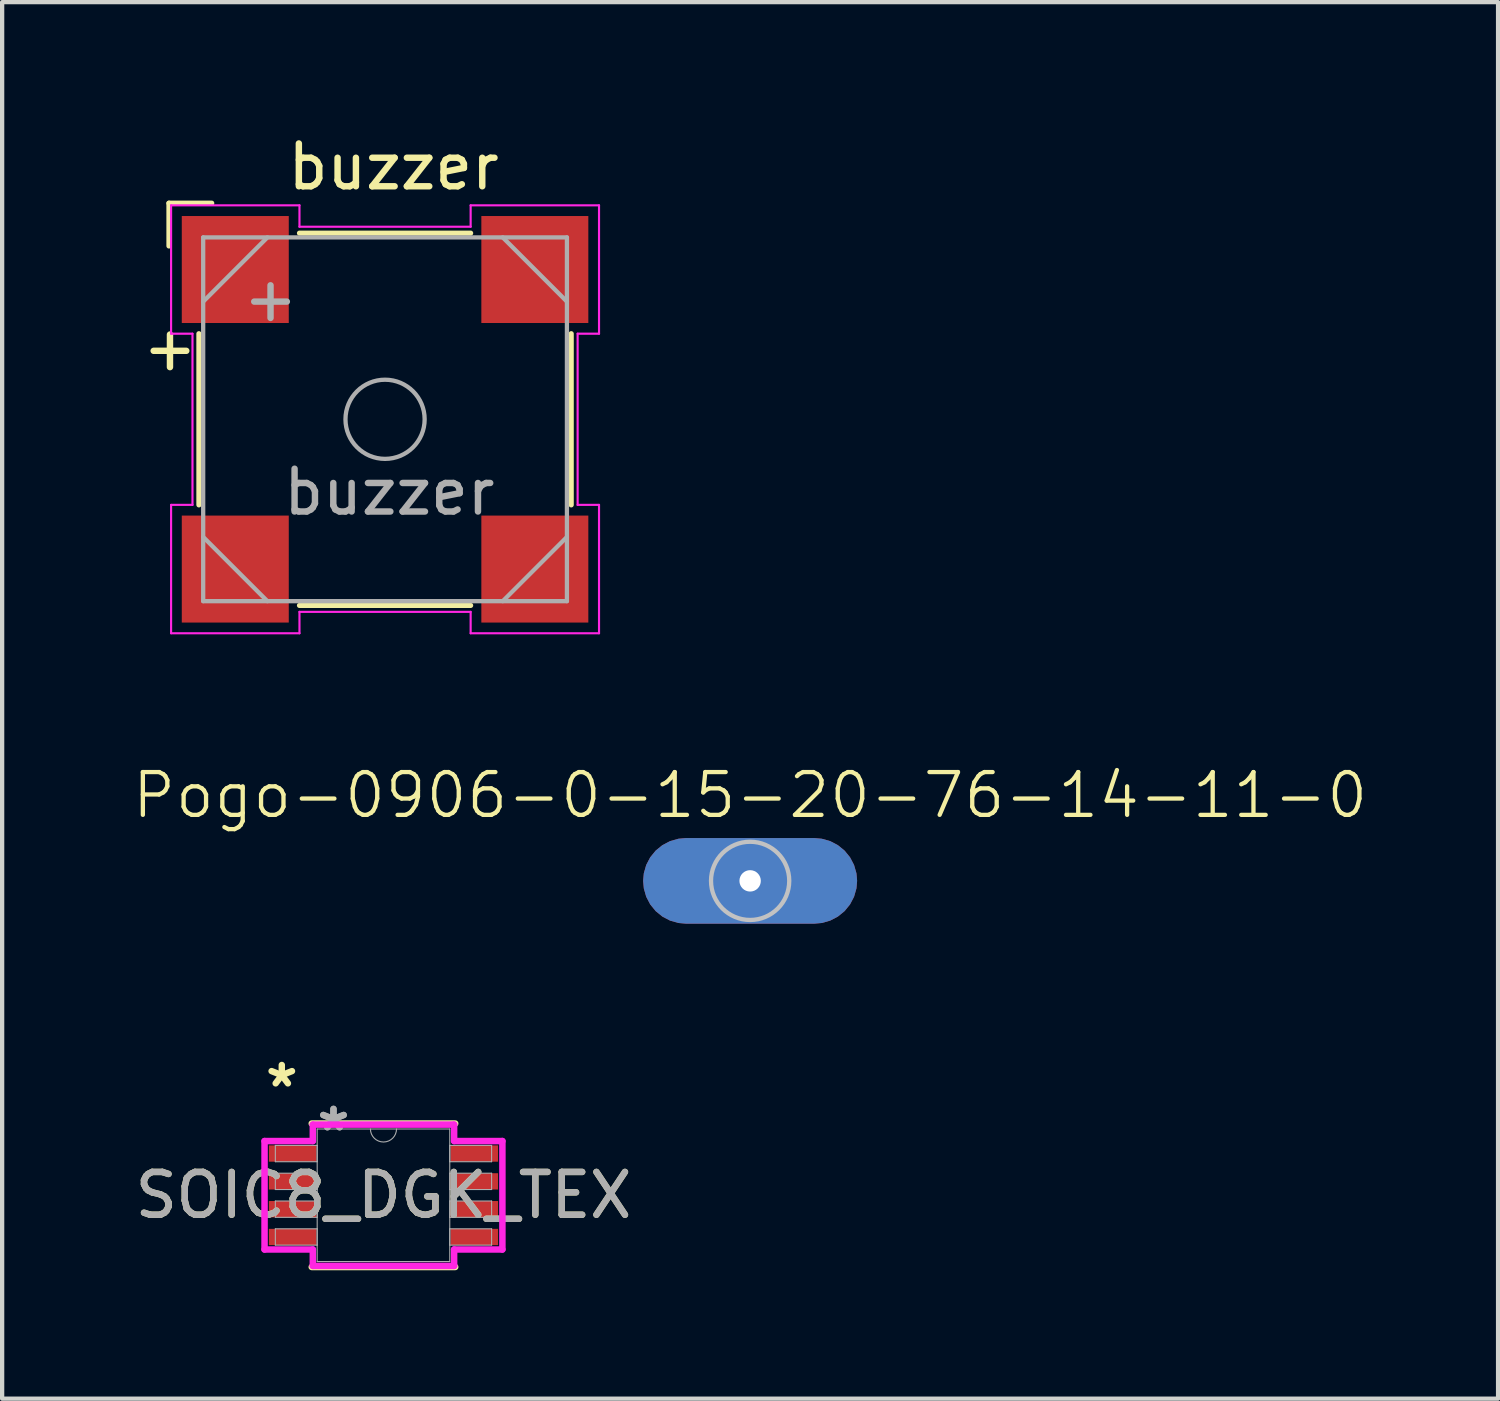
<source format=kicad_pcb>
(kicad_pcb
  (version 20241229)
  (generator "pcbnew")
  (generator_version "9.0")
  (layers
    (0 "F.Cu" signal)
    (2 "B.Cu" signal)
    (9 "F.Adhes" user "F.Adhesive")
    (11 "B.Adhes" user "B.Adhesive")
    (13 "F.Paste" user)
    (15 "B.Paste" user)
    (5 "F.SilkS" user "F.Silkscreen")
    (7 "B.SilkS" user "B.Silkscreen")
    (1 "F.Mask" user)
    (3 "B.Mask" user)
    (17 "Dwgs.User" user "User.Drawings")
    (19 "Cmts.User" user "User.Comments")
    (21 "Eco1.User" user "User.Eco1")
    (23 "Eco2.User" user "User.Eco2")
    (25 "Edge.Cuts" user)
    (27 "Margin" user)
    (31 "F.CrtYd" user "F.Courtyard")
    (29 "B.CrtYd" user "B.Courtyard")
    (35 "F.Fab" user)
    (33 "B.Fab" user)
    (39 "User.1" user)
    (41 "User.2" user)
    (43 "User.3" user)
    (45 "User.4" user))
  (footprint "buzzer"
    (layer "F.Cu")
    (at 5.948 6.748)
    (property "Reference" "buzzer" (at 0.2 -5.9 0) (layer "F.SilkS") (effects (font (size 1 1) (thickness 0.15))))
    (attr smd)
    (fp_line (start -5.05 -5.05) (end -4.05 -5.05) (stroke (width 0.12) (type solid)) (layer "F.SilkS"))
    (fp_line (start -5.05 -4.05) (end -5.05 -5.05) (stroke (width 0.12) (type solid)) (layer "F.SilkS"))
    (fp_line (start -4.35 -2) (end -4.35 2) (stroke (width 0.12) (type solid)) (layer "F.SilkS"))
    (fp_line (start -2 4.35) (end 2 4.35) (stroke (width 0.12) (type solid)) (layer "F.SilkS"))
    (fp_line (start 2 -4.35) (end -2 -4.35) (stroke (width 0.12) (type solid)) (layer "F.SilkS"))
    (fp_line (start 4.35 2) (end 4.35 -2) (stroke (width 0.12) (type solid)) (layer "F.SilkS"))
    (fp_line (start -5 -5) (end -2 -5) (stroke (width 0.05) (type solid)) (layer "F.CrtYd"))
    (fp_line (start -5 -2) (end -5 -5) (stroke (width 0.05) (type solid)) (layer "F.CrtYd"))
    (fp_line (start -5 -2) (end -4.5 -2) (stroke (width 0.05) (type solid)) (layer "F.CrtYd"))
    (fp_line (start -5 2) (end -5 5) (stroke (width 0.05) (type solid)) (layer "F.CrtYd"))
    (fp_line (start -4.5 -2) (end -4.5 2) (stroke (width 0.05) (type solid)) (layer "F.CrtYd"))
    (fp_line (start -4.5 2) (end -5 2) (stroke (width 0.05) (type solid)) (layer "F.CrtYd"))
    (fp_line (start -2 -5) (end -2 -4.5) (stroke (width 0.05) (type solid)) (layer "F.CrtYd"))
    (fp_line (start -2 -4.5) (end 2 -4.5) (stroke (width 0.05) (type solid)) (layer "F.CrtYd"))
    (fp_line (start -2 4.5) (end -2 5) (stroke (width 0.05) (type solid)) (layer "F.CrtYd"))
    (fp_line (start -2 5) (end -5 5) (stroke (width 0.05) (type solid)) (layer "F.CrtYd"))
    (fp_line (start 2 -5) (end 5 -5) (stroke (width 0.05) (type solid)) (layer "F.CrtYd"))
    (fp_line (start 2 -4.5) (end 2 -5) (stroke (width 0.05) (type solid)) (layer "F.CrtYd"))
    (fp_line (start 2 4.5) (end -2 4.5) (stroke (width 0.05) (type solid)) (layer "F.CrtYd"))
    (fp_line (start 2 5) (end 2 4.5) (stroke (width 0.05) (type solid)) (layer "F.CrtYd"))
    (fp_line (start 4.5 -2) (end 4.5 2) (stroke (width 0.05) (type solid)) (layer "F.CrtYd"))
    (fp_line (start 4.5 2) (end 5 2) (stroke (width 0.05) (type solid)) (layer "F.CrtYd"))
    (fp_line (start 5 -2) (end 4.5 -2) (stroke (width 0.05) (type solid)) (layer "F.CrtYd"))
    (fp_line (start 5 -2) (end 5 -5) (stroke (width 0.05) (type solid)) (layer "F.CrtYd"))
    (fp_line (start 5 2) (end 5 5) (stroke (width 0.05) (type solid)) (layer "F.CrtYd"))
    (fp_line (start 5 5) (end 2 5) (stroke (width 0.05) (type solid)) (layer "F.CrtYd"))
    (fp_line (start -4.25 -4.25) (end 4.25 -4.25) (stroke (width 0.1) (type solid)) (layer "F.Fab"))
    (fp_line (start -4.25 -2.75) (end -2.75 -4.25) (stroke (width 0.1) (type solid)) (layer "F.Fab"))
    (fp_line (start -4.25 4.25) (end -4.25 -4.25) (stroke (width 0.1) (type solid)) (layer "F.Fab"))
    (fp_line (start -2.75 4.25) (end -4.25 2.75) (stroke (width 0.1) (type solid)) (layer "F.Fab"))
    (fp_line (start 2.75 -4.25) (end 4.25 -2.75) (stroke (width 0.1) (type solid)) (layer "F.Fab"))
    (fp_line (start 4.25 -4.25) (end 4.25 4.25) (stroke (width 0.1) (type solid)) (layer "F.Fab"))
    (fp_line (start 4.25 2.75) (end 2.75 4.25) (stroke (width 0.1) (type solid)) (layer "F.Fab"))
    (fp_line (start 4.25 4.25) (end -4.25 4.25) (stroke (width 0.1) (type solid)) (layer "F.Fab"))
    (fp_circle (center 0 0) (end 0.925 0) (stroke (width 0.1) (type solid)) (fill no) (layer "F.Fab"))
    (fp_text user "+" (at -5.1 -1.6 270) (layer "F.SilkS") (effects (font (size 1 1) (thickness 0.15))))
    (fp_text user "+" (at -2.75 -2.75 270) (layer "F.Fab") (effects (font (size 1 1) (thickness 0.15))))
    (fp_text user "${REFERENCE}" (at 0.1 1.7 0) (layer "F.Fab") (effects (font (size 1 1) (thickness 0.15))))
    (pad "1" smd rect (at -3.5 -3.5 270) (size 2.5 2.5) (layers "F.Cu" "F.Mask" "F.Paste"))
    (pad "2" smd rect (at -3.5 3.5 270) (size 2.5 2.5) (layers "F.Cu" "F.Mask" "F.Paste"))
    (pad "2" smd rect (at 3.5 -3.5 270) (size 2.5 2.5) (layers "F.Cu" "F.Mask" "F.Paste"))
    (pad "2" smd rect (at 3.5 3.5 270) (size 2.5 2.5) (layers "F.Cu" "F.Mask" "F.Paste")))
  (footprint "SOIC8_DGK_TEX"
    (layer "F.Cu")
    (at 5.911 24.881)
    (property "Reference" "SOIC8_DGK_TEX" (at 0 0 0) (unlocked yes) (layer "F.SilkS") (effects (font (size 1 1) (thickness 0.15))))
    (attr smd)
    (fp_line (start -1.676 1.676) (end 1.676 1.676) (stroke (width 0.152) (type solid)) (layer "F.SilkS"))
    (fp_line (start 1.676 -1.676) (end -1.676 -1.676) (stroke (width 0.152) (type solid)) (layer "F.SilkS"))
    (fp_line (start -2.779 -1.267) (end -1.651 -1.267) (stroke (width 0.152) (type solid)) (layer "F.CrtYd"))
    (fp_line (start -2.779 1.267) (end -2.779 -1.267) (stroke (width 0.152) (type solid)) (layer "F.CrtYd"))
    (fp_line (start -2.779 1.267) (end -1.651 1.267) (stroke (width 0.152) (type solid)) (layer "F.CrtYd"))
    (fp_line (start -1.651 -1.651) (end 1.651 -1.651) (stroke (width 0.152) (type solid)) (layer "F.CrtYd"))
    (fp_line (start -1.651 -1.267) (end -1.651 -1.651) (stroke (width 0.152) (type solid)) (layer "F.CrtYd"))
    (fp_line (start -1.651 1.651) (end -1.651 1.267) (stroke (width 0.152) (type solid)) (layer "F.CrtYd"))
    (fp_line (start 1.651 -1.651) (end 1.651 -1.267) (stroke (width 0.152) (type solid)) (layer "F.CrtYd"))
    (fp_line (start 1.651 1.267) (end 1.651 1.651) (stroke (width 0.152) (type solid)) (layer "F.CrtYd"))
    (fp_line (start 1.651 1.651) (end -1.651 1.651) (stroke (width 0.152) (type solid)) (layer "F.CrtYd"))
    (fp_line (start 2.779 -1.267) (end 1.651 -1.267) (stroke (width 0.152) (type solid)) (layer "F.CrtYd"))
    (fp_line (start 2.779 -1.267) (end 2.779 1.267) (stroke (width 0.152) (type solid)) (layer "F.CrtYd"))
    (fp_line (start 2.779 1.267) (end 1.651 1.267) (stroke (width 0.152) (type solid)) (layer "F.CrtYd"))
    (fp_line (start -2.527 -1.165) (end -2.527 -0.784) (stroke (width 0.025) (type solid)) (layer "F.Fab"))
    (fp_line (start -2.527 -0.784) (end -1.549 -0.784) (stroke (width 0.025) (type solid)) (layer "F.Fab"))
    (fp_line (start -2.527 -0.515) (end -2.527 -0.134) (stroke (width 0.025) (type solid)) (layer "F.Fab"))
    (fp_line (start -2.527 -0.134) (end -1.549 -0.134) (stroke (width 0.025) (type solid)) (layer "F.Fab"))
    (fp_line (start -2.527 0.134) (end -2.527 0.515) (stroke (width 0.025) (type solid)) (layer "F.Fab"))
    (fp_line (start -2.527 0.515) (end -1.549 0.515) (stroke (width 0.025) (type solid)) (layer "F.Fab"))
    (fp_line (start -2.527 0.784) (end -2.527 1.165) (stroke (width 0.025) (type solid)) (layer "F.Fab"))
    (fp_line (start -2.527 1.165) (end -1.549 1.165) (stroke (width 0.025) (type solid)) (layer "F.Fab"))
    (fp_line (start -1.549 -1.549) (end -1.549 1.549) (stroke (width 0.025) (type solid)) (layer "F.Fab"))
    (fp_line (start -1.549 -1.165) (end -2.527 -1.165) (stroke (width 0.025) (type solid)) (layer "F.Fab"))
    (fp_line (start -1.549 -0.784) (end -1.549 -1.165) (stroke (width 0.025) (type solid)) (layer "F.Fab"))
    (fp_line (start -1.549 -0.515) (end -2.527 -0.515) (stroke (width 0.025) (type solid)) (layer "F.Fab"))
    (fp_line (start -1.549 -0.134) (end -1.549 -0.515) (stroke (width 0.025) (type solid)) (layer "F.Fab"))
    (fp_line (start -1.549 0.134) (end -2.527 0.134) (stroke (width 0.025) (type solid)) (layer "F.Fab"))
    (fp_line (start -1.549 0.515) (end -1.549 0.134) (stroke (width 0.025) (type solid)) (layer "F.Fab"))
    (fp_line (start -1.549 0.784) (end -2.527 0.784) (stroke (width 0.025) (type solid)) (layer "F.Fab"))
    (fp_line (start -1.549 1.165) (end -1.549 0.784) (stroke (width 0.025) (type solid)) (layer "F.Fab"))
    (fp_line (start -1.549 1.549) (end 1.549 1.549) (stroke (width 0.025) (type solid)) (layer "F.Fab"))
    (fp_line (start 1.549 -1.549) (end -1.549 -1.549) (stroke (width 0.025) (type solid)) (layer "F.Fab"))
    (fp_line (start 1.549 -1.165) (end 1.549 -0.784) (stroke (width 0.025) (type solid)) (layer "F.Fab"))
    (fp_line (start 1.549 -0.784) (end 2.527 -0.784) (stroke (width 0.025) (type solid)) (layer "F.Fab"))
    (fp_line (start 1.549 -0.515) (end 1.549 -0.134) (stroke (width 0.025) (type solid)) (layer "F.Fab"))
    (fp_line (start 1.549 -0.134) (end 2.527 -0.134) (stroke (width 0.025) (type solid)) (layer "F.Fab"))
    (fp_line (start 1.549 0.134) (end 1.549 0.515) (stroke (width 0.025) (type solid)) (layer "F.Fab"))
    (fp_line (start 1.549 0.515) (end 2.527 0.515) (stroke (width 0.025) (type solid)) (layer "F.Fab"))
    (fp_line (start 1.549 0.784) (end 1.549 1.165) (stroke (width 0.025) (type solid)) (layer "F.Fab"))
    (fp_line (start 1.549 1.165) (end 2.527 1.165) (stroke (width 0.025) (type solid)) (layer "F.Fab"))
    (fp_line (start 1.549 1.549) (end 1.549 -1.549) (stroke (width 0.025) (type solid)) (layer "F.Fab"))
    (fp_line (start 2.527 -1.165) (end 1.549 -1.165) (stroke (width 0.025) (type solid)) (layer "F.Fab"))
    (fp_line (start 2.527 -0.784) (end 2.527 -1.165) (stroke (width 0.025) (type solid)) (layer "F.Fab"))
    (fp_line (start 2.527 -0.515) (end 1.549 -0.515) (stroke (width 0.025) (type solid)) (layer "F.Fab"))
    (fp_line (start 2.527 -0.134) (end 2.527 -0.515) (stroke (width 0.025) (type solid)) (layer "F.Fab"))
    (fp_line (start 2.527 0.134) (end 1.549 0.134) (stroke (width 0.025) (type solid)) (layer "F.Fab"))
    (fp_line (start 2.527 0.515) (end 2.527 0.134) (stroke (width 0.025) (type solid)) (layer "F.Fab"))
    (fp_line (start 2.527 0.784) (end 1.549 0.784) (stroke (width 0.025) (type solid)) (layer "F.Fab"))
    (fp_line (start 2.527 1.165) (end 2.527 0.784) (stroke (width 0.025) (type solid)) (layer "F.Fab"))
    (fp_arc (start 0.3048 -1.5494) (mid 0 -1.2446) (end -0.3048 -1.5494) (stroke (width 0.0254) (type solid)) (layer "F.Fab"))
    (fp_text user "*" (at -2.376 -2.499 0) (unlocked yes) (layer "F.SilkS") (effects (font (size 1 1) (thickness 0.15))))
    (fp_text user "*" (at -1.168 -1.473 0) (unlocked yes) (layer "F.Fab") (effects (font (size 1 1) (thickness 0.15))))
    (fp_text user "*" (at -1.168 -1.473 0) (layer "F.Fab") (effects (font (size 1 1) (thickness 0.15))))
    (fp_text user "${REFERENCE}" (at 0 0 0) (unlocked yes) (layer "F.Fab") (effects (font (size 1 1) (thickness 0.15))))
    (pad "1" smd rect (at -2.122 -0.975) (size 1.111 0.381) (layers "F.Cu" "F.Mask" "F.Paste"))
    (pad "2" smd rect (at -2.122 -0.325) (size 1.111 0.381) (layers "F.Cu" "F.Mask" "F.Paste"))
    (pad "3" smd rect (at -2.122 0.325) (size 1.111 0.381) (layers "F.Cu" "F.Mask" "F.Paste"))
    (pad "4" smd rect (at -2.122 0.975) (size 1.111 0.381) (layers "F.Cu" "F.Mask" "F.Paste"))
    (pad "5" smd rect (at 2.122 0.975) (size 1.111 0.381) (layers "F.Cu" "F.Mask" "F.Paste"))
    (pad "6" smd rect (at 2.122 0.325) (size 1.111 0.381) (layers "F.Cu" "F.Mask" "F.Paste"))
    (pad "7" smd rect (at 2.122 -0.325) (size 1.111 0.381) (layers "F.Cu" "F.Mask" "F.Paste"))
    (pad "8" smd rect (at 2.122 -0.975) (size 1.111 0.381) (layers "F.Cu" "F.Mask" "F.Paste")))
  (footprint "Pogo-0906-0-15-20-76-14-11-0"
    (layer "F.Cu")
    (at 14.479 17.534)
    (property "Reference" "Pogo-0906-0-15-20-76-14-11-0" (at 0 -2 0) (unlocked yes) (layer "F.SilkS") (effects (font (size 1 1) (thickness 0.1))))
    (attr through_hole)
    (fp_circle (center 0 0) (end 0.914 0) (stroke (width 0.1) (type solid)) (fill no) (layer "Dwgs.User"))
    (pad "1" thru_hole roundrect (at 0 0) (size 5 2) (drill 0.5) (layers "*.Cu" "*.Mask") (roundrect_rratio 0.5)))
  (gr_rect
    (start -3 -3)
    (end 31.957 29.634)
    (stroke (width 0.1) (type default))
    (fill no)
    (layer "Edge.Cuts")))
</source>
